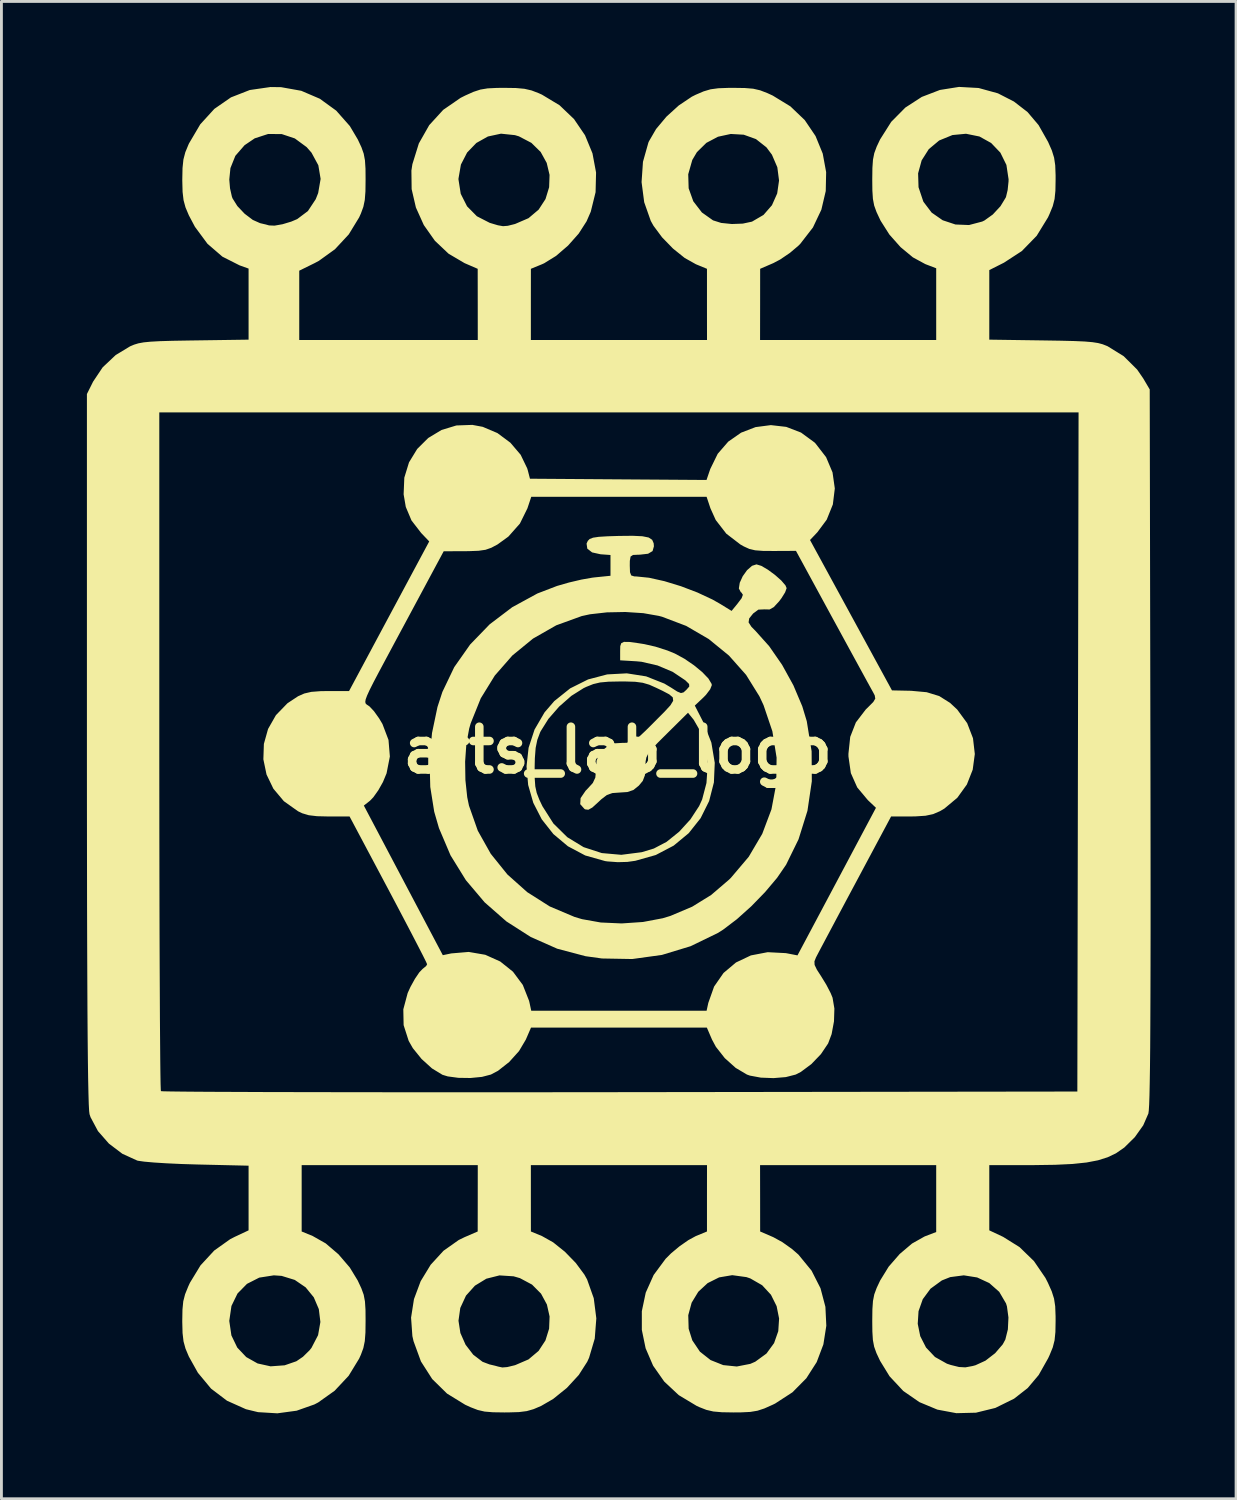
<source format=kicad_pcb>
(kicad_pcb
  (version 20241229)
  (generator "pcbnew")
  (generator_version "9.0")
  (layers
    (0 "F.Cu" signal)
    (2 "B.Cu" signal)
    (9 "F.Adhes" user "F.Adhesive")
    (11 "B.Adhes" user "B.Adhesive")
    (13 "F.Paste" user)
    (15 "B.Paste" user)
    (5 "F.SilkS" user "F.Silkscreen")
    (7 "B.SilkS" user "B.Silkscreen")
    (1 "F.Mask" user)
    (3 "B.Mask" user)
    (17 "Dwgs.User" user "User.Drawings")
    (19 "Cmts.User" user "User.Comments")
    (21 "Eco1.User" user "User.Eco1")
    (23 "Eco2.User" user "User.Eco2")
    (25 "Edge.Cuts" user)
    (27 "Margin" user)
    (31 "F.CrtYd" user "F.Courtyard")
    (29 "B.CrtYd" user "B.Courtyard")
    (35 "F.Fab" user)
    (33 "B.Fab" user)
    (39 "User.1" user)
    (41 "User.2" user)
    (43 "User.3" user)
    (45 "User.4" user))
  (footprint "arts_lab_logo"
    (layer "F.Cu")
    (at 18.627 23.274)
    (property "Reference" "arts_lab_logo" (at 0 0 0) (layer "F.SilkS") (effects (font (size 1.5 1.5) (thickness 0.3))))
    (attr board_only exclude_from_pos_files exclude_from_bom)
    (fp_poly (pts (xy 0.403 -3.797) (xy 0.709 -3.756) (xy 0.931 -3.721) (xy 1.322 -3.632) (xy 1.747 -3.496) (xy 2.005 -3.39) (xy 2.345 -3.205) (xy 2.676 -2.978) (xy 2.967 -2.738) (xy 3.184 -2.511) (xy 3.294 -2.326) (xy 3.302 -2.281) (xy 3.244 -2.135) (xy 3.096 -1.94) (xy 3.003 -1.845) (xy 2.705 -1.564) (xy 3.008 -0.972) (xy 3.286 -0.264) (xy 3.405 0.445) (xy 3.375 1.134) (xy 3.207 1.788) (xy 2.909 2.387) (xy 2.491 2.914) (xy 1.963 3.351) (xy 1.335 3.68) (xy 0.617 3.883) (xy 0.339 3.922) (xy 0.003 3.931) (xy -0.357 3.905) (xy -0.442 3.893) (xy -1.14 3.696) (xy -1.748 3.373) (xy -2.259 2.944) (xy -2.666 2.428) (xy -2.963 1.848) (xy -3.143 1.222) (xy -3.198 0.594) (xy -2.915 0.594) (xy -2.913 0.988) (xy -2.893 1.27) (xy -2.843 1.501) (xy -2.751 1.738) (xy -2.643 1.966) (xy -2.257 2.574) (xy -1.769 3.055) (xy -1.197 3.404) (xy -0.559 3.612) (xy 0.127 3.673) (xy 0.843 3.581) (xy 1.269 3.452) (xy 1.714 3.218) (xy 2.156 2.863) (xy 2.551 2.43) (xy 2.857 1.962) (xy 2.962 1.732) (xy 3.114 1.153) (xy 3.156 0.541) (xy 3.092 -0.062) (xy 2.928 -0.611) (xy 2.668 -1.062) (xy 2.657 -1.077) (xy 2.466 -1.312) (xy 1.72 -0.573) (xy 1.409 -0.264) (xy 1.2 -0.042) (xy 1.071 0.122) (xy 1.004 0.26) (xy 0.978 0.402) (xy 0.974 0.58) (xy 0.974 0.589) (xy 0.955 0.879) (xy 0.879 1.079) (xy 0.739 1.247) (xy 0.55 1.399) (xy 0.336 1.47) (xy 0.081 1.487) (xy -0.187 1.506) (xy -0.382 1.575) (xy -0.58 1.728) (xy -0.682 1.824) (xy -0.891 2.014) (xy -1.031 2.092) (xy -1.141 2.078) (xy -1.166 2.064) (xy -1.316 1.896) (xy -1.303 1.683) (xy -1.129 1.427) (xy -1.062 1.358) (xy -0.874 1.152) (xy -0.786 0.963) (xy -0.762 0.705) (xy -0.762 0.654) (xy -0.742 0.368) (xy -0.662 0.167) (xy -0.515 -0.007) (xy -0.32 -0.167) (xy -0.113 -0.239) (xy 0.143 -0.254) (xy 0.317 -0.258) (xy 0.457 -0.284) (xy 0.594 -0.35) (xy 0.758 -0.477) (xy 0.979 -0.684) (xy 1.286 -0.99) (xy 1.314 -1.019) (xy 1.638 -1.344) (xy 1.848 -1.572) (xy 1.946 -1.732) (xy 1.932 -1.851) (xy 1.808 -1.958) (xy 1.574 -2.081) (xy 1.355 -2.186) (xy 1.106 -2.297) (xy 0.878 -2.364) (xy 0.615 -2.399) (xy 0.261 -2.41) (xy 0.085 -2.41) (xy -0.323 -2.402) (xy -0.619 -2.375) (xy -0.859 -2.318) (xy -1.102 -2.221) (xy -1.195 -2.177) (xy -1.627 -1.905) (xy -2.056 -1.528) (xy -2.432 -1.097) (xy -2.704 -0.664) (xy -2.726 -0.617) (xy -2.822 -0.361) (xy -2.88 -0.079) (xy -2.908 0.282) (xy -2.915 0.594) (xy -3.198 0.594) (xy -3.2 0.571) (xy -3.128 -0.083) (xy -2.919 -0.722) (xy -2.568 -1.325) (xy -2.228 -1.72) (xy -1.67 -2.167) (xy -1.041 -2.481) (xy -0.369 -2.658) (xy 0.32 -2.695) (xy 0.997 -2.589) (xy 1.636 -2.336) (xy 1.869 -2.197) (xy 2.088 -2.057) (xy 2.218 -2.003) (xy 2.31 -2.027) (xy 2.406 -2.114) (xy 2.511 -2.233) (xy 2.504 -2.321) (xy 2.378 -2.445) (xy 2.364 -2.456) (xy 1.928 -2.748) (xy 1.396 -2.972) (xy 0.834 -3.101) (xy 0.656 -3.118) (xy 0.085 -3.152) (xy 0.085 -3.481) (xy 0.089 -3.65) (xy 0.124 -3.753) (xy 0.218 -3.799)) (stroke (width 0) (type solid)) (fill yes) (layer "F.SilkS"))
    (fp_poly (pts (xy 0.865 -7.506) (xy 1.085 -7.462) (xy 1.209 -7.381) (xy 1.262 -7.258) (xy 1.27 -7.153) (xy 1.223 -6.986) (xy 1.065 -6.892) (xy 0.773 -6.859) (xy 0.713 -6.858) (xy 0.535 -6.849) (xy 0.451 -6.793) (xy 0.425 -6.643) (xy 0.423 -6.477) (xy 0.431 -6.242) (xy 0.474 -6.131) (xy 0.58 -6.097) (xy 0.656 -6.095) (xy 1.099 -6.05) (xy 1.637 -5.93) (xy 2.22 -5.752) (xy 2.8 -5.531) (xy 3.328 -5.284) (xy 3.585 -5.138) (xy 3.996 -4.886) (xy 4.196 -5.131) (xy 4.348 -5.332) (xy 4.392 -5.452) (xy 4.342 -5.53) (xy 4.318 -5.546) (xy 4.251 -5.673) (xy 4.282 -5.874) (xy 4.386 -6.102) (xy 4.538 -6.315) (xy 4.714 -6.469) (xy 4.869 -6.519) (xy 5.039 -6.467) (xy 5.27 -6.332) (xy 5.517 -6.15) (xy 5.738 -5.955) (xy 5.887 -5.781) (xy 5.927 -5.685) (xy 5.875 -5.539) (xy 5.745 -5.33) (xy 5.66 -5.218) (xy 5.477 -5.02) (xy 5.331 -4.937) (xy 5.17 -4.939) (xy 5.163 -4.941) (xy 4.936 -4.931) (xy 4.752 -4.795) (xy 4.614 -4.623) (xy 4.592 -4.484) (xy 4.693 -4.327) (xy 4.833 -4.186) (xy 5.314 -3.649) (xy 5.768 -2.994) (xy 6.165 -2.274) (xy 6.476 -1.539) (xy 6.634 -1.016) (xy 6.804 0.038) (xy 6.811 1.093) (xy 6.658 2.128) (xy 6.346 3.127) (xy 5.908 4.022) (xy 5.592 4.482) (xy 5.17 4.982) (xy 4.686 5.48) (xy 4.181 5.933) (xy 3.699 6.299) (xy 3.514 6.416) (xy 2.558 6.88) (xy 1.551 7.186) (xy 0.509 7.33) (xy -0.552 7.311) (xy -1.129 7.231) (xy -2.123 6.968) (xy -3.054 6.556) (xy -3.908 6.009) (xy -4.671 5.34) (xy -5.329 4.562) (xy -5.868 3.69) (xy -6.273 2.736) (xy -6.44 2.159) (xy -6.578 1.291) (xy -6.601 0.404) (xy -5.355 0.404) (xy -5.345 1.051) (xy -5.281 1.652) (xy -5.22 1.947) (xy -4.91 2.828) (xy -4.455 3.638) (xy -3.872 4.362) (xy -3.176 4.983) (xy -2.385 5.485) (xy -1.514 5.853) (xy -1.252 5.931) (xy -0.596 6.048) (xy 0.139 6.081) (xy 0.886 6.03) (xy 1.58 5.899) (xy 1.849 5.817) (xy 2.612 5.494) (xy 3.278 5.083) (xy 3.905 4.546) (xy 3.972 4.48) (xy 4.597 3.742) (xy 5.072 2.936) (xy 5.395 2.077) (xy 5.564 1.18) (xy 5.575 0.262) (xy 5.427 -0.662) (xy 5.118 -1.577) (xy 4.973 -1.887) (xy 4.505 -2.641) (xy 3.903 -3.319) (xy 3.193 -3.899) (xy 2.402 -4.36) (xy 1.557 -4.681) (xy 1.439 -4.712) (xy 0.897 -4.807) (xy 0.268 -4.848) (xy -0.379 -4.835) (xy -0.973 -4.768) (xy -1.263 -4.705) (xy -2.156 -4.381) (xy -2.972 -3.915) (xy -3.697 -3.322) (xy -4.313 -2.618) (xy -4.806 -1.819) (xy -5.16 -0.94) (xy -5.213 -0.755) (xy -5.311 -0.222) (xy -5.355 0.404) (xy -6.601 0.404) (xy -6.603 0.354) (xy -6.517 -0.6) (xy -6.325 -1.516) (xy -6.153 -2.043) (xy -5.737 -2.913) (xy -5.178 -3.708) (xy -4.494 -4.415) (xy -3.702 -5.016) (xy -2.818 -5.498) (xy -2.13 -5.762) (xy -1.713 -5.882) (xy -1.275 -5.985) (xy -0.896 -6.052) (xy -0.815 -6.062) (xy -0.254 -6.119) (xy -0.254 -6.484) (xy -0.254 -6.848) (xy -0.605 -6.874) (xy -0.899 -6.939) (xy -1.067 -7.07) (xy -1.093 -7.248) (xy -1.049 -7.345) (xy -0.984 -7.41) (xy -0.865 -7.456) (xy -0.664 -7.486) (xy -0.349 -7.505) (xy 0.039 -7.517) (xy 0.524 -7.522)) (stroke (width 0) (type solid)) (fill yes) (layer "F.SilkS"))
    (fp_poly (pts (xy -4.738 -11.346) (xy -4.222 -11.127) (xy -3.766 -10.788) (xy -3.406 -10.365) (xy -3.176 -9.888) (xy -3.153 -9.81) (xy -3.08 -9.525) (xy 0.018 -9.503) (xy 3.116 -9.481) (xy 3.248 -9.867) (xy 3.509 -10.4) (xy 3.879 -10.827) (xy 4.33 -11.141) (xy 4.837 -11.336) (xy 5.374 -11.406) (xy 5.914 -11.344) (xy 6.433 -11.144) (xy 6.903 -10.8) (xy 6.939 -10.764) (xy 7.312 -10.282) (xy 7.538 -9.746) (xy 7.618 -9.183) (xy 7.549 -8.621) (xy 7.333 -8.086) (xy 7.005 -7.645) (xy 6.748 -7.374) (xy 8.186 -4.736) (xy 9.624 -2.097) (xy 10.294 -2.083) (xy 10.842 -2.033) (xy 11.282 -1.898) (xy 11.663 -1.658) (xy 11.912 -1.426) (xy 12.263 -0.947) (xy 12.467 -0.418) (xy 12.531 0.136) (xy 12.457 0.686) (xy 12.252 1.206) (xy 11.918 1.67) (xy 11.462 2.051) (xy 11.303 2.144) (xy 11.068 2.245) (xy 10.8 2.302) (xy 10.441 2.325) (xy 10.279 2.327) (xy 9.593 2.328) (xy 8.331 4.69) (xy 8.016 5.279) (xy 7.723 5.829) (xy 7.462 6.32) (xy 7.244 6.73) (xy 7.079 7.041) (xy 6.979 7.232) (xy 6.957 7.275) (xy 6.903 7.411) (xy 6.909 7.537) (xy 6.989 7.704) (xy 7.14 7.938) (xy 7.32 8.232) (xy 7.472 8.525) (xy 7.539 8.688) (xy 7.603 9.067) (xy 7.589 9.518) (xy 7.506 9.966) (xy 7.383 10.293) (xy 7.131 10.667) (xy 6.794 11.018) (xy 6.427 11.291) (xy 6.247 11.384) (xy 5.9 11.473) (xy 5.467 11.509) (xy 5.022 11.492) (xy 4.638 11.421) (xy 4.534 11.384) (xy 4.139 11.15) (xy 3.757 10.808) (xy 3.445 10.411) (xy 3.309 10.158) (xy 3.128 9.737) (xy 0.042 9.737) (xy -3.043 9.737) (xy -3.225 10.158) (xy -3.464 10.561) (xy -3.809 10.944) (xy -4.202 11.253) (xy -4.45 11.384) (xy -4.765 11.466) (xy -5.169 11.505) (xy -5.592 11.499) (xy -5.965 11.449) (xy -6.151 11.392) (xy -6.517 11.169) (xy -6.882 10.839) (xy -7.19 10.458) (xy -7.336 10.202) (xy -7.513 9.65) (xy -7.524 9.095) (xy -7.371 8.523) (xy -7.272 8.306) (xy -7.116 8.024) (xy -6.963 7.798) (xy -6.849 7.679) (xy -6.722 7.574) (xy -6.689 7.514) (xy -6.727 7.426) (xy -6.836 7.207) (xy -7.007 6.874) (xy -7.23 6.444) (xy -7.496 5.936) (xy -7.796 5.366) (xy -8.049 4.888) (xy -9.41 2.328) (xy -10.145 2.328) (xy -10.551 2.318) (xy -10.841 2.284) (xy -11.07 2.216) (xy -11.218 2.145) (xy -11.5 1.945) (xy -8.909 1.945) (xy -7.524 4.57) (xy -6.138 7.195) (xy -5.842 7.133) (xy -5.229 7.081) (xy -4.648 7.181) (xy -4.123 7.417) (xy -3.676 7.775) (xy -3.331 8.239) (xy -3.111 8.796) (xy -3.094 8.869) (xy -3.035 9.144) (xy 0.042 9.144) (xy 3.119 9.144) (xy 3.179 8.869) (xy 3.382 8.296) (xy 3.713 7.819) (xy 4.15 7.451) (xy 4.673 7.203) (xy 5.263 7.09) (xy 5.899 7.123) (xy 5.969 7.136) (xy 6.308 7.202) (xy 7.685 4.613) (xy 9.062 2.023) (xy 8.776 1.752) (xy 8.404 1.307) (xy 8.181 0.806) (xy 8.097 0.223) (xy 8.096 0.127) (xy 8.159 -0.466) (xy 8.357 -0.973) (xy 8.704 -1.427) (xy 8.792 -1.513) (xy 8.968 -1.69) (xy 9.038 -1.808) (xy 9.019 -1.921) (xy 8.967 -2.021) (xy 8.896 -2.149) (xy 8.755 -2.405) (xy 8.555 -2.771) (xy 8.307 -3.225) (xy 8.021 -3.749) (xy 7.709 -4.322) (xy 7.547 -4.618) (xy 6.255 -6.993) (xy 5.477 -6.989) (xy 5.091 -6.992) (xy 4.821 -7.013) (xy 4.616 -7.062) (xy 4.423 -7.15) (xy 4.303 -7.218) (xy 3.81 -7.597) (xy 3.439 -8.076) (xy 3.254 -8.485) (xy 3.119 -8.89) (xy 0.042 -8.89) (xy -3.034 -8.89) (xy -3.169 -8.485) (xy -3.433 -7.95) (xy -3.837 -7.494) (xy -4.218 -7.218) (xy -4.436 -7.102) (xy -4.639 -7.031) (xy -4.884 -6.996) (xy -5.225 -6.983) (xy -5.361 -6.982) (xy -6.107 -6.979) (xy -7.423 -4.527) (xy -7.813 -3.802) (xy -8.129 -3.212) (xy -8.38 -2.743) (xy -8.571 -2.38) (xy -8.708 -2.108) (xy -8.797 -1.912) (xy -8.846 -1.778) (xy -8.859 -1.691) (xy -8.845 -1.636) (xy -8.808 -1.599) (xy -8.755 -1.565) (xy -8.709 -1.533) (xy -8.554 -1.368) (xy -8.374 -1.116) (xy -8.256 -0.918) (xy -8.044 -0.359) (xy -7.996 0.224) (xy -8.112 0.814) (xy -8.239 1.12) (xy -8.401 1.407) (xy -8.576 1.653) (xy -8.693 1.775) (xy -8.909 1.945) (xy -11.5 1.945) (xy -11.716 1.791) (xy -12.084 1.353) (xy -12.324 0.855) (xy -12.435 0.322) (xy -12.417 -0.219) (xy -12.27 -0.744) (xy -11.994 -1.228) (xy -11.59 -1.645) (xy -11.218 -1.891) (xy -10.999 -1.988) (xy -10.753 -2.045) (xy -10.427 -2.07) (xy -10.154 -2.074) (xy -9.428 -2.074) (xy -8.022 -4.699) (xy -6.615 -7.324) (xy -6.897 -7.62) (xy -7.237 -8.06) (xy -7.437 -8.534) (xy -7.513 -8.977) (xy -7.489 -9.562) (xy -7.324 -10.099) (xy -7.037 -10.569) (xy -6.65 -10.954) (xy -6.184 -11.235) (xy -5.661 -11.394) (xy -5.102 -11.414)) (stroke (width 0) (type solid)) (fill yes) (layer "F.SilkS"))
    (fp_poly (pts (xy 12.664 -23.236) (xy 13.342 -23.049) (xy 13.904 -22.761) (xy 14.381 -22.392) (xy 14.768 -21.935) (xy 15.099 -21.35) (xy 15.104 -21.34) (xy 15.235 -21.043) (xy 15.313 -20.792) (xy 15.353 -20.522) (xy 15.366 -20.169) (xy 15.366 -20.024) (xy 15.359 -19.63) (xy 15.33 -19.34) (xy 15.266 -19.09) (xy 15.153 -18.814) (xy 15.098 -18.694) (xy 14.702 -18.049) (xy 14.181 -17.514) (xy 13.554 -17.106) (xy 13.039 -16.846) (xy 13.039 -15.626) (xy 13.039 -14.405) (xy 14.922 -14.378) (xy 15.546 -14.368) (xy 16.026 -14.356) (xy 16.387 -14.34) (xy 16.656 -14.317) (xy 16.856 -14.286) (xy 17.014 -14.244) (xy 17.155 -14.189) (xy 17.192 -14.173) (xy 17.756 -13.824) (xy 18.227 -13.356) (xy 18.439 -13.048) (xy 18.669 -12.658) (xy 18.693 -0.127) (xy 18.696 1.735) (xy 18.698 3.433) (xy 18.699 4.971) (xy 18.699 6.354) (xy 18.697 7.587) (xy 18.694 8.676) (xy 18.69 9.624) (xy 18.685 10.438) (xy 18.678 11.12) (xy 18.669 11.678) (xy 18.66 12.115) (xy 18.649 12.436) (xy 18.636 12.647) (xy 18.622 12.751) (xy 18.441 13.166) (xy 18.144 13.583) (xy 17.777 13.945) (xy 17.484 14.148) (xy 17.191 14.287) (xy 16.855 14.393) (xy 16.453 14.47) (xy 15.959 14.522) (xy 15.349 14.551) (xy 14.597 14.562) (xy 14.499 14.562) (xy 13.039 14.563) (xy 13.039 15.707) (xy 13.039 16.851) (xy 13.525 17.08) (xy 14.1 17.439) (xy 14.606 17.93) (xy 15.009 18.52) (xy 15.096 18.691) (xy 15.231 18.994) (xy 15.311 19.246) (xy 15.352 19.514) (xy 15.365 19.861) (xy 15.366 20.024) (xy 15.359 20.418) (xy 15.33 20.709) (xy 15.266 20.959) (xy 15.154 21.233) (xy 15.104 21.34) (xy 14.773 21.927) (xy 14.387 22.385) (xy 13.912 22.756) (xy 13.904 22.761) (xy 13.251 23.083) (xy 12.571 23.25) (xy 11.885 23.267) (xy 11.217 23.142) (xy 10.588 22.88) (xy 10.021 22.488) (xy 9.539 21.972) (xy 9.207 21.431) (xy 9.079 21.159) (xy 8.998 20.933) (xy 8.954 20.699) (xy 8.936 20.402) (xy 8.933 20.131) (xy 10.528 20.131) (xy 10.616 20.565) (xy 10.819 20.963) (xy 11.133 21.295) (xy 11.554 21.531) (xy 11.687 21.575) (xy 11.977 21.647) (xy 12.2 21.659) (xy 12.45 21.613) (xy 12.554 21.585) (xy 12.905 21.424) (xy 13.244 21.162) (xy 13.51 20.853) (xy 13.602 20.684) (xy 13.691 20.327) (xy 13.711 19.909) (xy 13.659 19.521) (xy 13.626 19.415) (xy 13.388 19.009) (xy 13.039 18.701) (xy 12.613 18.504) (xy 12.145 18.43) (xy 11.668 18.492) (xy 11.374 18.609) (xy 10.976 18.899) (xy 10.704 19.268) (xy 10.556 19.689) (xy 10.528 20.131) (xy 8.933 20.131) (xy 8.932 20.024) (xy 8.937 19.62) (xy 8.957 19.33) (xy 9.003 19.098) (xy 9.087 18.871) (xy 9.21 18.61) (xy 9.508 18.126) (xy 9.895 17.681) (xy 10.328 17.314) (xy 10.765 17.068) (xy 10.794 17.056) (xy 11.176 16.91) (xy 11.176 15.736) (xy 11.176 14.563) (xy 8.086 14.563) (xy 4.995 14.563) (xy 4.997 15.727) (xy 4.998 16.891) (xy 5.461 17.091) (xy 5.777 17.265) (xy 6.116 17.506) (xy 6.341 17.702) (xy 6.802 18.265) (xy 7.116 18.883) (xy 7.288 19.535) (xy 7.32 20.199) (xy 7.217 20.853) (xy 6.982 21.475) (xy 6.619 22.042) (xy 6.131 22.535) (xy 5.524 22.929) (xy 5.438 22.971) (xy 5.147 23.101) (xy 4.904 23.181) (xy 4.65 23.223) (xy 4.324 23.239) (xy 4.064 23.241) (xy 3.654 23.234) (xy 3.356 23.208) (xy 3.11 23.151) (xy 2.86 23.053) (xy 2.773 23.013) (xy 2.142 22.634) (xy 1.631 22.156) (xy 1.242 21.601) (xy 0.979 20.99) (xy 0.846 20.345) (xy 0.846 19.829) (xy 2.475 19.829) (xy 2.489 20.304) (xy 2.617 20.711) (xy 2.885 21.109) (xy 3.258 21.403) (xy 3.702 21.58) (xy 4.178 21.629) (xy 4.651 21.537) (xy 4.826 21.461) (xy 5.219 21.175) (xy 5.487 20.808) (xy 5.634 20.389) (xy 5.663 19.946) (xy 5.576 19.511) (xy 5.377 19.111) (xy 5.068 18.777) (xy 4.654 18.539) (xy 4.516 18.492) (xy 4.018 18.424) (xy 3.558 18.502) (xy 3.154 18.704) (xy 2.827 19.007) (xy 2.594 19.39) (xy 2.475 19.829) (xy 0.846 19.829) (xy 0.846 19.687) (xy 0.983 19.037) (xy 1.261 18.417) (xy 1.682 17.848) (xy 1.872 17.658) (xy 2.167 17.412) (xy 2.478 17.195) (xy 2.739 17.053) (xy 2.744 17.051) (xy 3.132 16.891) (xy 3.132 15.727) (xy 3.133 14.563) (xy 0.042 14.563) (xy -3.048 14.563) (xy -3.048 15.727) (xy -3.047 16.891) (xy -2.659 17.051) (xy -2.266 17.272) (xy -1.854 17.602) (xy -1.472 17.995) (xy -1.17 18.403) (xy -1.075 18.574) (xy -0.841 19.234) (xy -0.751 19.94) (xy -0.806 20.649) (xy -1.005 21.321) (xy -1.07 21.463) (xy -1.369 21.929) (xy -1.784 22.38) (xy -2.267 22.769) (xy -2.688 23.013) (xy -2.951 23.125) (xy -3.191 23.194) (xy -3.467 23.229) (xy -3.836 23.24) (xy -3.979 23.241) (xy -4.379 23.235) (xy -4.67 23.211) (xy -4.912 23.155) (xy -5.166 23.057) (xy -5.353 22.971) (xy -5.989 22.58) (xy -6.51 22.069) (xy -6.905 21.452) (xy -7.165 20.741) (xy -7.206 20.56) (xy -7.244 20.023) (xy -5.588 20.023) (xy -5.521 20.454) (xy -5.339 20.865) (xy -5.07 21.215) (xy -4.743 21.464) (xy -4.502 21.555) (xy -4.303 21.602) (xy -4.191 21.633) (xy -4.048 21.663) (xy -3.877 21.649) (xy -3.612 21.585) (xy -3.598 21.581) (xy -3.131 21.38) (xy -2.777 21.082) (xy -2.536 20.714) (xy -2.408 20.302) (xy -2.391 19.873) (xy -2.485 19.454) (xy -2.691 19.073) (xy -3.007 18.755) (xy -3.432 18.528) (xy -3.654 18.464) (xy -4.149 18.432) (xy -4.61 18.548) (xy -5.01 18.792) (xy -5.324 19.141) (xy -5.525 19.575) (xy -5.588 20.023) (xy -7.244 20.023) (xy -7.252 19.916) (xy -7.15 19.264) (xy -6.915 18.635) (xy -6.564 18.059) (xy -6.113 17.567) (xy -5.579 17.19) (xy -5.376 17.091) (xy -4.914 16.891) (xy -4.912 15.727) (xy -4.911 14.563) (xy -8.001 14.563) (xy -11.091 14.563) (xy -11.091 15.727) (xy -11.091 16.891) (xy -10.706 17.049) (xy -10.247 17.309) (xy -9.799 17.692) (xy -9.403 18.154) (xy -9.125 18.61) (xy -8.996 18.886) (xy -8.914 19.112) (xy -8.87 19.346) (xy -8.851 19.642) (xy -8.848 20.022) (xy -8.853 20.439) (xy -8.876 20.74) (xy -8.926 20.981) (xy -9.012 21.215) (xy -9.075 21.354) (xy -9.443 21.956) (xy -9.935 22.481) (xy -10.512 22.891) (xy -10.646 22.961) (xy -11.267 23.18) (xy -11.945 23.272) (xy -12.622 23.231) (xy -13.046 23.128) (xy -13.711 22.83) (xy -14.27 22.406) (xy -14.733 21.848) (xy -15.05 21.28) (xy -15.167 21.002) (xy -15.237 20.747) (xy -15.271 20.453) (xy -15.281 20.057) (xy -15.281 20.032) (xy -13.631 20.032) (xy -13.557 20.538) (xy -13.351 20.965) (xy -13.036 21.298) (xy -12.638 21.522) (xy -12.181 21.623) (xy -11.688 21.587) (xy -11.277 21.445) (xy -11.046 21.288) (xy -10.814 21.06) (xy -10.747 20.976) (xy -10.515 20.529) (xy -10.434 20.067) (xy -10.489 19.615) (xy -10.666 19.201) (xy -10.952 18.851) (xy -11.333 18.591) (xy -11.795 18.449) (xy -12.067 18.43) (xy -12.579 18.51) (xy -13.01 18.729) (xy -13.342 19.067) (xy -13.555 19.505) (xy -13.631 20.025) (xy -13.631 20.032) (xy -15.281 20.032) (xy -15.281 20.024) (xy -15.274 19.631) (xy -15.246 19.342) (xy -15.182 19.093) (xy -15.07 18.817) (xy -15.012 18.691) (xy -14.641 18.081) (xy -14.16 17.56) (xy -13.601 17.162) (xy -13.441 17.08) (xy -12.954 16.851) (xy -12.954 15.716) (xy -12.954 14.582) (xy -14.753 14.54) (xy -15.309 14.523) (xy -15.825 14.499) (xy -16.272 14.471) (xy -16.618 14.44) (xy -16.834 14.409) (xy -16.864 14.401) (xy -17.384 14.164) (xy -17.855 13.807) (xy -18.239 13.369) (xy -18.498 12.884) (xy -18.535 12.775) (xy -18.549 12.663) (xy -18.562 12.421) (xy -18.573 12.046) (xy -18.584 11.535) (xy -18.593 10.885) (xy -18.601 10.093) (xy -18.608 9.155) (xy -18.613 8.067) (xy -18.618 6.827) (xy -18.622 5.431) (xy -18.624 3.877) (xy -18.626 2.16) (xy -18.627 0.277) (xy -18.627 0.028) (xy -16.087 0.028) (xy -16.086 1.433) (xy -16.085 2.792) (xy -16.083 4.094) (xy -16.081 5.331) (xy -16.078 6.492) (xy -16.074 7.569) (xy -16.069 8.55) (xy -16.065 9.428) (xy -16.059 10.191) (xy -16.054 10.831) (xy -16.048 11.338) (xy -16.042 11.702) (xy -16.035 11.914) (xy -16.03 11.966) (xy -15.941 11.972) (xy -15.691 11.977) (xy -15.288 11.982) (xy -14.74 11.987) (xy -14.056 11.991) (xy -13.245 11.994) (xy -12.313 11.998) (xy -11.27 12) (xy -10.124 12.002) (xy -8.883 12.004) (xy -7.556 12.005) (xy -6.15 12.006) (xy -4.674 12.005) (xy -3.136 12.005) (xy -1.545 12.004) (xy 0.078 12.002) (xy 16.129 11.98) (xy 16.15 0.064) (xy 16.172 -11.853) (xy 0.043 -11.853) (xy -16.087 -11.853) (xy -16.087 0.028) (xy -18.627 0.028) (xy -18.627 -0.014) (xy -18.627 -12.497) (xy -18.41 -12.932) (xy -18.074 -13.434) (xy -17.616 -13.866) (xy -17.113 -14.17) (xy -16.971 -14.23) (xy -16.82 -14.276) (xy -16.635 -14.31) (xy -16.391 -14.334) (xy -16.061 -14.352) (xy -15.62 -14.365) (xy -15.044 -14.375) (xy -14.838 -14.378) (xy -12.954 -14.405) (xy -12.954 -15.652) (xy -12.954 -16.899) (xy -13.271 -17.013) (xy -13.872 -17.317) (xy -14.396 -17.769) (xy -14.836 -18.364) (xy -15.05 -18.768) (xy -15.167 -19.045) (xy -15.236 -19.299) (xy -15.27 -19.591) (xy -15.28 -19.984) (xy -15.28 -20.024) (xy -13.631 -20.024) (xy -13.605 -19.715) (xy -13.54 -19.426) (xy -13.517 -19.363) (xy -13.348 -19.093) (xy -13.093 -18.824) (xy -12.806 -18.607) (xy -12.55 -18.493) (xy -12.349 -18.446) (xy -12.234 -18.414) (xy -12.043 -18.406) (xy -11.763 -18.455) (xy -11.457 -18.547) (xy -11.247 -18.636) (xy -10.873 -18.917) (xy -10.598 -19.333) (xy -10.512 -19.549) (xy -10.426 -20.046) (xy -10.506 -20.524) (xy -10.746 -20.967) (xy -10.916 -21.161) (xy -11.331 -21.466) (xy -11.793 -21.62) (xy -12.272 -21.621) (xy -12.739 -21.469) (xy -13.095 -21.228) (xy -13.418 -20.856) (xy -13.591 -20.425) (xy -13.631 -20.024) (xy -15.28 -20.024) (xy -15.272 -20.427) (xy -15.241 -20.725) (xy -15.175 -20.979) (xy -15.062 -21.253) (xy -15.046 -21.288) (xy -14.649 -21.962) (xy -14.154 -22.504) (xy -13.572 -22.907) (xy -12.912 -23.165) (xy -12.186 -23.27) (xy -11.813 -23.265) (xy -11.105 -23.138) (xy -10.454 -22.859) (xy -9.879 -22.442) (xy -9.4 -21.9) (xy -9.122 -21.431) (xy -8.994 -21.158) (xy -8.914 -20.932) (xy -8.87 -20.698) (xy -8.851 -20.401) (xy -8.848 -20.025) (xy -8.853 -19.609) (xy -8.876 -19.307) (xy -8.926 -19.066) (xy -9.012 -18.832) (xy -9.075 -18.693) (xy -9.438 -18.099) (xy -9.923 -17.577) (xy -10.488 -17.17) (xy -10.638 -17.09) (xy -11.176 -16.825) (xy -11.176 -15.609) (xy -11.176 -14.393) (xy -8.043 -14.393) (xy -4.911 -14.393) (xy -4.912 -15.642) (xy -4.914 -16.891) (xy -5.376 -17.091) (xy -5.936 -17.421) (xy -6.417 -17.876) (xy -6.805 -18.427) (xy -7.082 -19.041) (xy -7.232 -19.688) (xy -7.236 -20.024) (xy -5.588 -20.024) (xy -5.509 -19.523) (xy -5.287 -19.084) (xy -4.942 -18.735) (xy -4.496 -18.506) (xy -4.475 -18.499) (xy -4.207 -18.419) (xy -4.026 -18.387) (xy -3.86 -18.4) (xy -3.634 -18.456) (xy -3.598 -18.466) (xy -3.13 -18.668) (xy -2.775 -18.968) (xy -2.534 -19.339) (xy -2.407 -19.754) (xy -2.392 -20.186) (xy -2.492 -20.607) (xy -2.704 -20.991) (xy -3.03 -21.311) (xy -3.468 -21.54) (xy -3.608 -21.582) (xy -4.097 -21.633) (xy -4.556 -21.534) (xy -4.961 -21.307) (xy -5.285 -20.971) (xy -5.503 -20.548) (xy -5.588 -20.057) (xy -5.588 -20.024) (xy -7.236 -20.024) (xy -7.24 -20.338) (xy -7.206 -20.56) (xy -6.979 -21.291) (xy -6.615 -21.932) (xy -6.124 -22.469) (xy -5.514 -22.89) (xy -5.353 -22.971) (xy -5.062 -23.101) (xy -4.819 -23.181) (xy -4.565 -23.223) (xy -4.239 -23.239) (xy -3.979 -23.241) (xy -3.571 -23.235) (xy -3.273 -23.208) (xy -3.025 -23.151) (xy -2.768 -23.052) (xy -2.658 -23.002) (xy -2.041 -22.63) (xy -1.535 -22.147) (xy -1.147 -21.577) (xy -0.886 -20.943) (xy -0.76 -20.27) (xy -0.777 -19.579) (xy -0.946 -18.895) (xy -1.094 -18.556) (xy -1.37 -18.126) (xy -1.742 -17.707) (xy -2.162 -17.345) (xy -2.582 -17.085) (xy -2.662 -17.049) (xy -3.047 -16.891) (xy -3.048 -15.642) (xy -3.048 -14.393) (xy 0.042 -14.393) (xy 3.133 -14.393) (xy 3.132 -15.642) (xy 3.132 -16.891) (xy 2.744 -17.051) (xy 2.35 -17.272) (xy 1.939 -17.602) (xy 1.557 -17.995) (xy 1.254 -18.403) (xy 1.159 -18.574) (xy 0.929 -19.228) (xy 0.837 -19.934) (xy 0.856 -20.209) (xy 2.474 -20.209) (xy 2.489 -19.716) (xy 2.652 -19.26) (xy 2.954 -18.868) (xy 3.345 -18.591) (xy 3.631 -18.501) (xy 4.005 -18.463) (xy 4.389 -18.477) (xy 4.71 -18.546) (xy 4.715 -18.548) (xy 5.116 -18.782) (xy 5.412 -19.122) (xy 5.596 -19.535) (xy 5.661 -19.989) (xy 5.601 -20.454) (xy 5.411 -20.896) (xy 5.218 -21.154) (xy 4.851 -21.443) (xy 4.422 -21.597) (xy 3.967 -21.623) (xy 3.519 -21.526) (xy 3.111 -21.311) (xy 2.779 -20.985) (xy 2.617 -20.711) (xy 2.474 -20.209) (xy 0.856 -20.209) (xy 0.886 -20.646) (xy 1.076 -21.32) (xy 1.095 -21.364) (xy 1.345 -21.795) (xy 1.71 -22.231) (xy 2.144 -22.625) (xy 2.601 -22.931) (xy 2.734 -22.998) (xy 3.012 -23.117) (xy 3.257 -23.19) (xy 3.528 -23.227) (xy 3.884 -23.24) (xy 4.064 -23.241) (xy 4.464 -23.235) (xy 4.754 -23.211) (xy 4.997 -23.155) (xy 5.251 -23.057) (xy 5.438 -22.971) (xy 6.06 -22.591) (xy 6.563 -22.11) (xy 6.942 -21.55) (xy 7.194 -20.934) (xy 7.314 -20.283) (xy 7.3 -19.62) (xy 7.146 -18.965) (xy 6.85 -18.341) (xy 6.408 -17.77) (xy 6.341 -17.702) (xy 6.042 -17.449) (xy 5.7 -17.217) (xy 5.461 -17.091) (xy 4.998 -16.891) (xy 4.997 -15.642) (xy 4.995 -14.393) (xy 8.086 -14.393) (xy 11.176 -14.393) (xy 11.176 -15.652) (xy 11.176 -16.91) (xy 10.794 -17.056) (xy 10.358 -17.293) (xy 9.924 -17.653) (xy 9.532 -18.095) (xy 9.226 -18.577) (xy 9.21 -18.61) (xy 9.081 -18.885) (xy 8.999 -19.112) (xy 8.955 -19.345) (xy 8.936 -19.64) (xy 8.932 -20.024) (xy 8.935 -20.241) (xy 10.541 -20.241) (xy 10.556 -19.753) (xy 10.721 -19.26) (xy 10.733 -19.237) (xy 11.017 -18.863) (xy 11.403 -18.595) (xy 11.852 -18.446) (xy 12.327 -18.427) (xy 12.79 -18.549) (xy 12.869 -18.587) (xy 13.161 -18.796) (xy 13.431 -19.087) (xy 13.615 -19.389) (xy 13.626 -19.415) (xy 13.683 -19.654) (xy 13.714 -19.953) (xy 13.716 -20.032) (xy 13.64 -20.536) (xy 13.428 -20.967) (xy 13.104 -21.306) (xy 12.694 -21.534) (xy 12.222 -21.63) (xy 11.747 -21.585) (xy 11.28 -21.394) (xy 10.915 -21.089) (xy 10.665 -20.695) (xy 10.541 -20.241) (xy 8.935 -20.241) (xy 8.937 -20.428) (xy 8.957 -20.718) (xy 9.003 -20.95) (xy 9.087 -21.177) (xy 9.207 -21.431) (xy 9.598 -22.049) (xy 10.093 -22.549) (xy 10.67 -22.923) (xy 11.305 -23.167) (xy 11.977 -23.274)) (stroke (width 0) (type solid)) (fill yes) (layer "F.SilkS")))
  (gr_rect
    (start -3 -3)
    (end 40.326 49.545)
    (stroke (width 0.1) (type default))
    (fill no)
    (layer "Edge.Cuts")))
</source>
